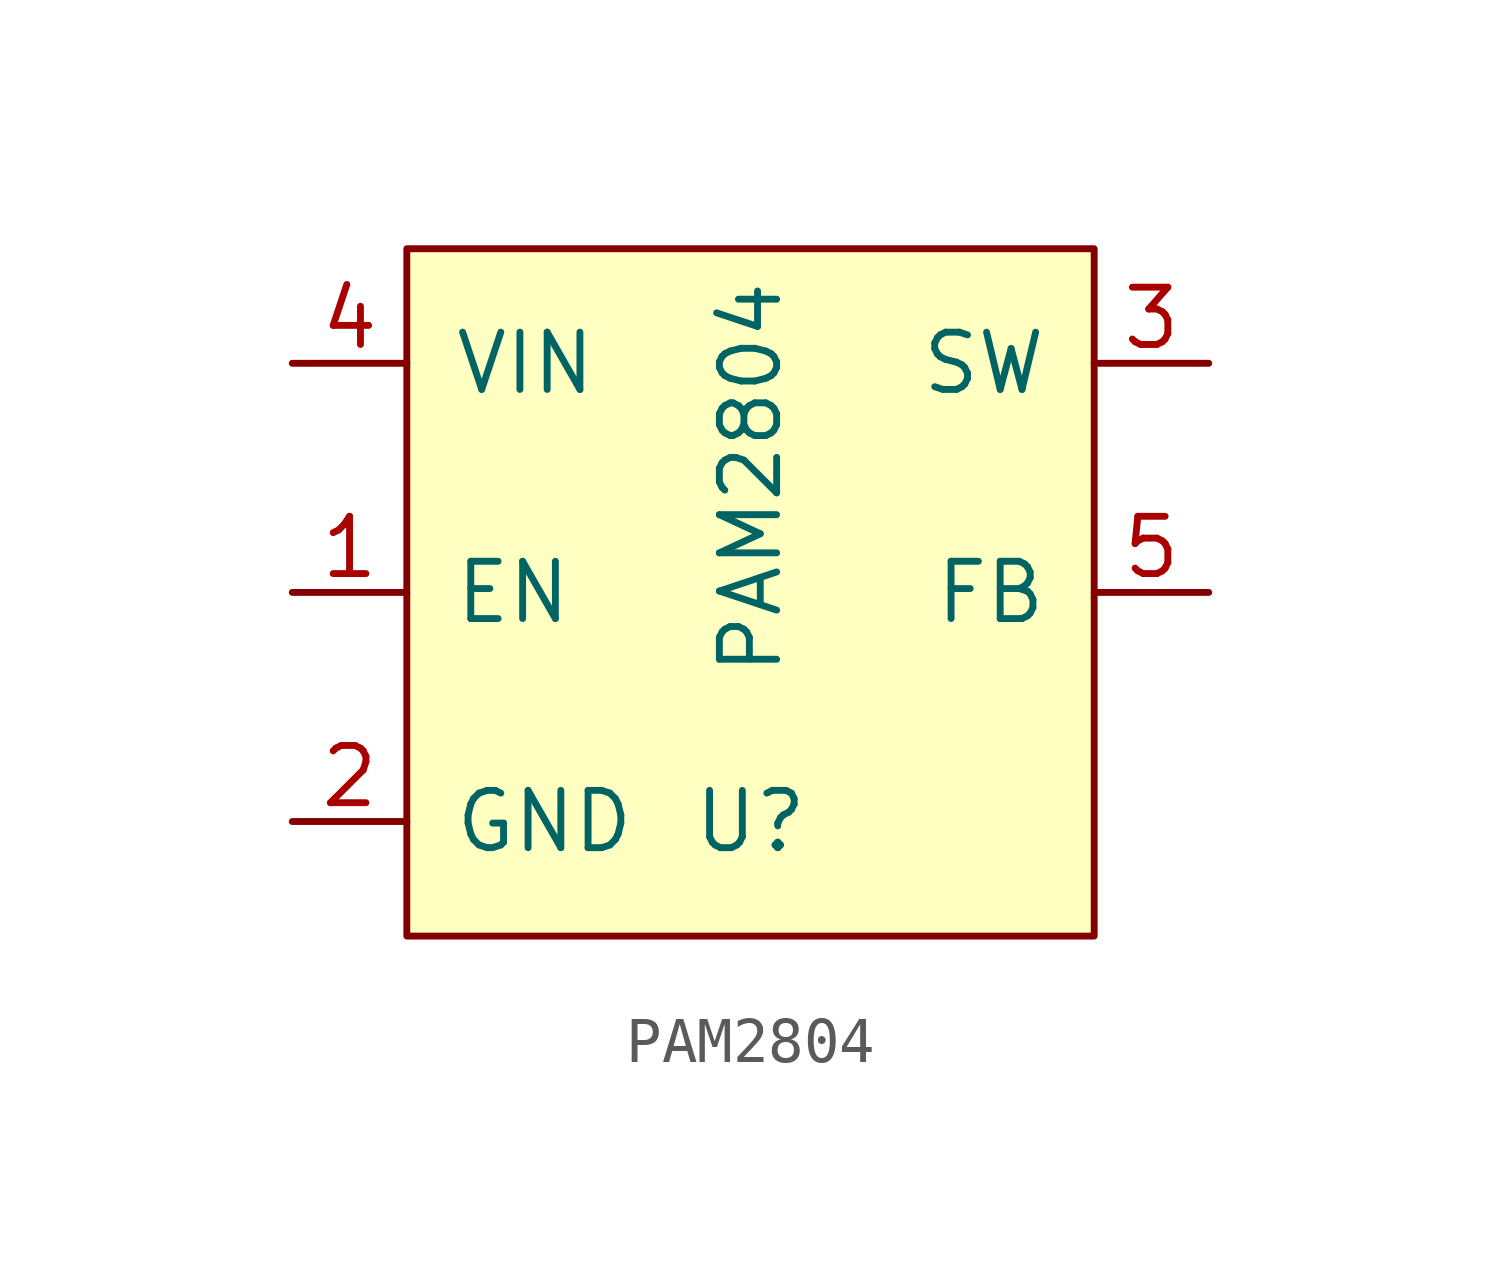
<source format=kicad_sym>
(kicad_symbol_lib
  (version 20211014)
  (generator kicad_symbol_editor)
  (symbol "PAM2804"
    (pin_names
      (offset 1.016))
    (property "Reference" "U"
      (at 0 -5.08 0)
      (effects (font (size 1.27 1.27))))
    (property "Value" "PAM2804"
      (at 0 2.54 90)
      (effects (font (size 1.27 1.27))))
    (symbol "PAM2804_0_1"
      (rectangle (start -7.62 7.62) (end 7.62 -7.62) (stroke (width 0) (type default) (color 0 0 0 0)) (fill (type background))))
    (symbol "PAM2804_1_1"
      (pin input line (at -10.16 0 0) (length 2.54) (name "EN" (effects (font (size 1.27 1.27)))) (number "1" (effects (font (size 1.27 1.27)))))
      (pin power_in line (at -10.16 -5.08 0) (length 2.54) (name "GND" (effects (font (size 1.27 1.27)))) (number "2" (effects (font (size 1.27 1.27)))))
      (pin power_out line (at 10.16 5.08 180) (length 2.54) (name "SW" (effects (font (size 1.27 1.27)))) (number "3" (effects (font (size 1.27 1.27)))))
      (pin power_in line (at -10.16 5.08 0) (length 2.54) (name "VIN" (effects (font (size 1.27 1.27)))) (number "4" (effects (font (size 1.27 1.27)))))
      (pin input line (at 10.16 0 180) (length 2.54) (name "FB" (effects (font (size 1.27 1.27)))) (number "5" (effects (font (size 1.27 1.27))))))))
</source>
